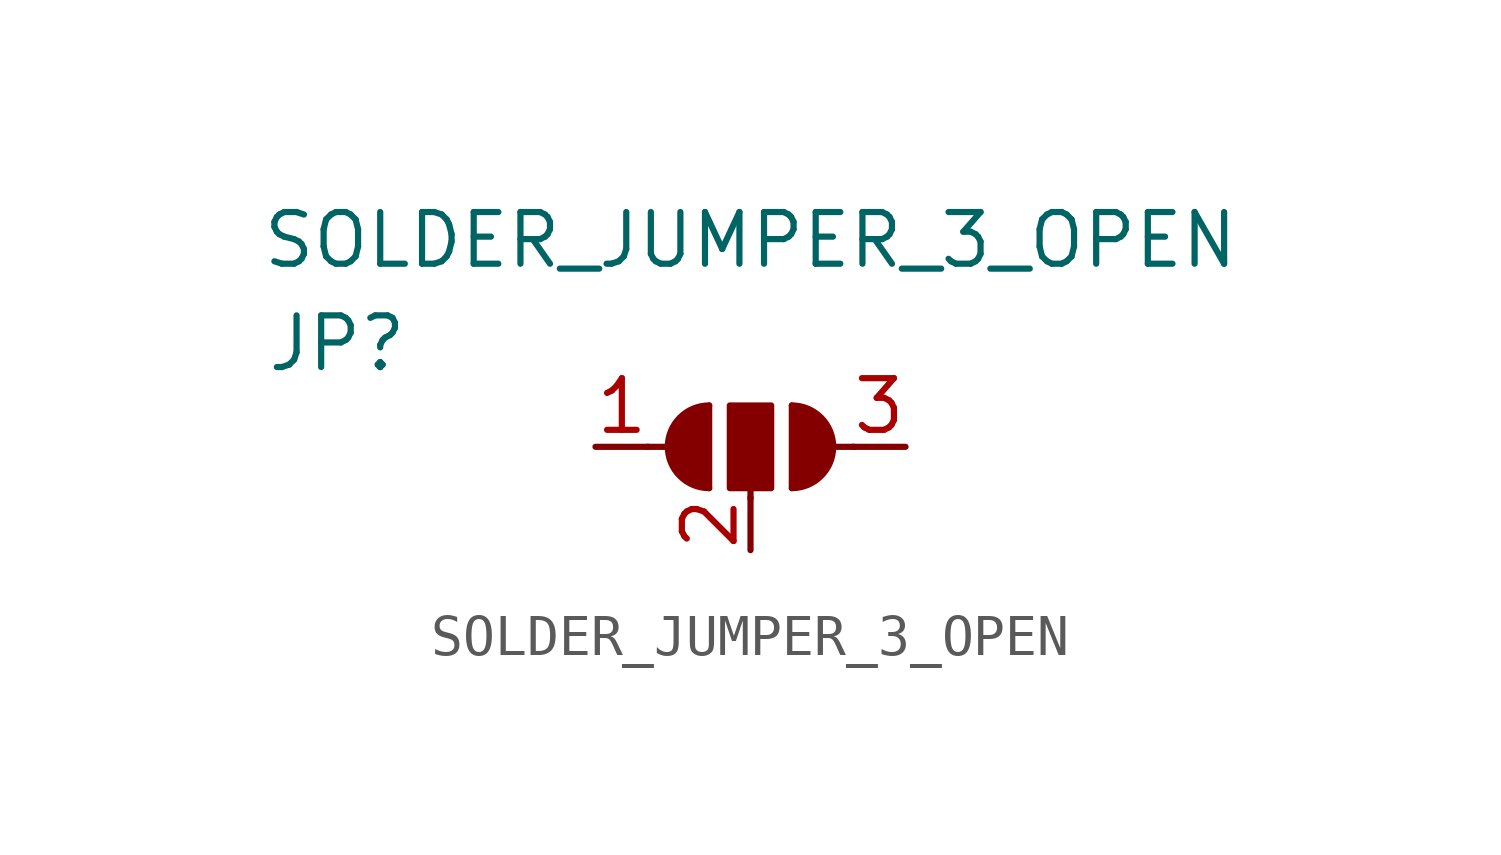
<source format=kicad_sym>
(kicad_symbol_lib
  (version 20211014)
  (generator kicad_symbol_editor)
  (symbol "SOLDER_JUMPER_3_OPEN"
    (pin_names
      (offset 1.016))
    (property "Reference" "JP"
      (at -10.16 0 0)
      (effects (font (size 1.27 1.27))))
    (property "Value" "SOLDER_JUMPER_3_OPEN"
      (at 0 2.54 0)
      (effects (font (size 1.27 1.27))))
    (symbol "SOLDER_JUMPER_3_OPEN_0_1"
      (arc (start -1.016 -1.524) (mid -2.032 -2.54) (end -1.016 -3.556) (stroke (width 0) (type default) (color 0 0 0 0)) (fill (type outline)))
      (rectangle (start -0.508 -1.524) (end 0.508 -3.556) (stroke (width 0) (type default) (color 0 0 0 0)) (fill (type outline)))
      (polyline (pts (xy -2.54 -2.54) (xy -2.032 -2.54)) (stroke (width 0) (type default) (color 0 0 0 0)) (fill (type none)))
      (polyline (pts (xy -1.016 -1.524) (xy -1.016 -3.556)) (stroke (width 0) (type default) (color 0 0 0 0)) (fill (type outline)))
      (polyline (pts (xy 0 -3.81) (xy 0 -3.556)) (stroke (width 0) (type default) (color 0 0 0 0)) (fill (type none)))
      (polyline (pts (xy 1.016 -1.524) (xy 1.016 -3.556)) (stroke (width 0) (type default) (color 0 0 0 0)) (fill (type none)))
      (polyline (pts (xy 2.54 -2.54) (xy 2.032 -2.54)) (stroke (width 0) (type default) (color 0 0 0 0)) (fill (type none)))
      (arc (start 1.016 -3.556) (mid 2.032 -2.54) (end 1.016 -1.524) (stroke (width 0) (type default) (color 0 0 0 0)) (fill (type outline))))
    (symbol "SOLDER_JUMPER_3_OPEN_1_1"
      (pin passive line (at -3.81 -2.54 0) (length 1.295) (name "~" (effects (font (size 1.27 1.27)))) (number "1" (effects (font (size 1.27 1.27)))))
      (pin input line (at 0 -5.08 90) (length 1.295) (name "~" (effects (font (size 1.27 1.27)))) (number "2" (effects (font (size 1.27 1.27)))))
      (pin passive line (at 3.81 -2.54 180) (length 1.295) (name "~" (effects (font (size 1.27 1.27)))) (number "3" (effects (font (size 1.27 1.27))))))))
</source>
